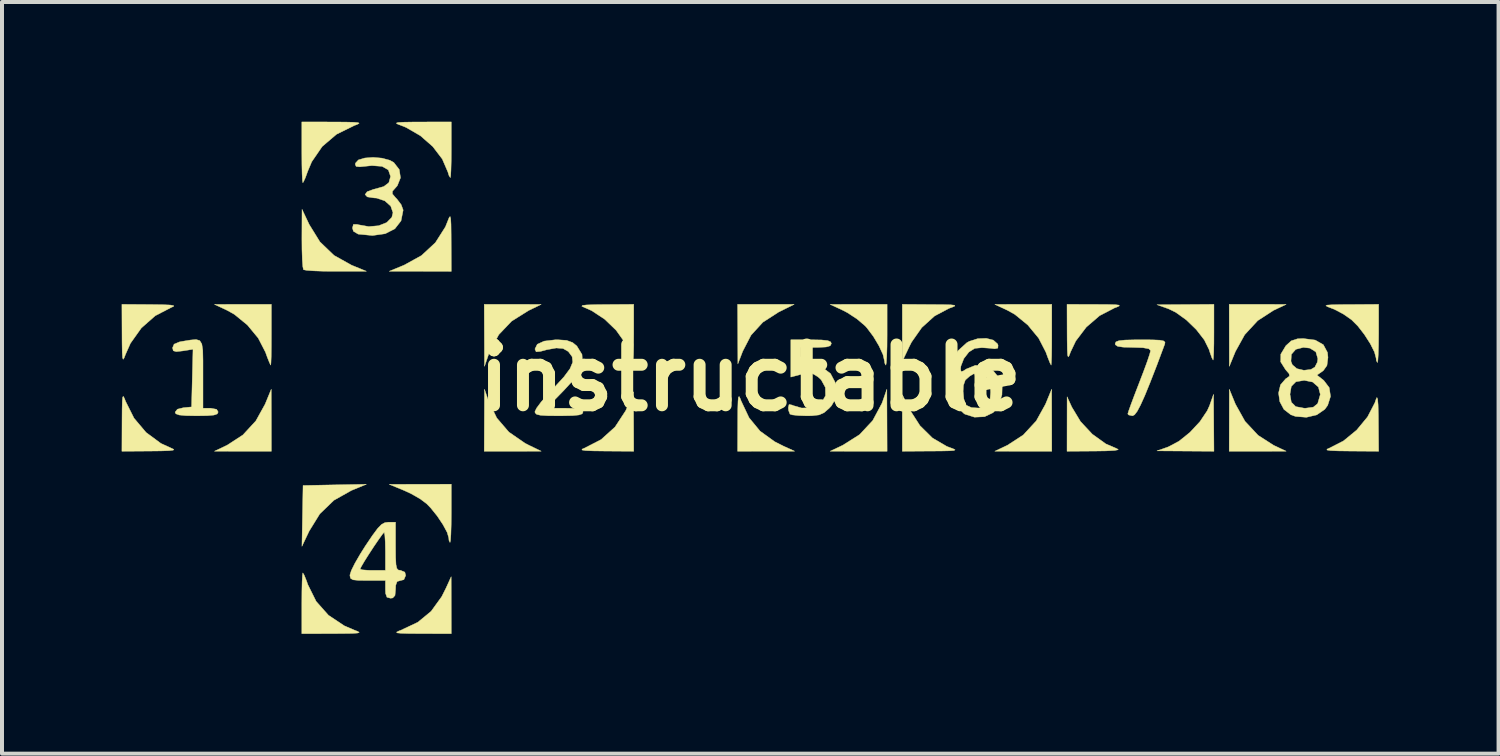
<source format=kicad_pcb>
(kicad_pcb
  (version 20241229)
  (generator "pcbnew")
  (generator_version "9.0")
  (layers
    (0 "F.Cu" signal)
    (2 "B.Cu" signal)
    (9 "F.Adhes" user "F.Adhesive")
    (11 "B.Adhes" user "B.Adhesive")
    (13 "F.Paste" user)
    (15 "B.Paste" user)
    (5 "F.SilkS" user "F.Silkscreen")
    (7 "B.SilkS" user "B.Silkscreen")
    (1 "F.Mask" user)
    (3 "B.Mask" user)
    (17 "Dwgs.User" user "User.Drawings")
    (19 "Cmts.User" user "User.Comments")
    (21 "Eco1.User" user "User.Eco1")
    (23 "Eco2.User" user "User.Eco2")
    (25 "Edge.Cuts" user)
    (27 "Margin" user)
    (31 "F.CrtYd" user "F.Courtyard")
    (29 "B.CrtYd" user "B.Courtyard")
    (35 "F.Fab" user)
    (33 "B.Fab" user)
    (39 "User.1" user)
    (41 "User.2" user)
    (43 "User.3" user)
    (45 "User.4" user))
  (footprint "instructable"
    (layer "F.Cu")
    (at 15.753 6.418)
    (property "Reference" "instructable" (at 0 0 0) (layer "F.SilkS") (effects (font (size 1.524 1.524) (thickness 0.3))))
    (attr through_hole)
    (fp_poly (pts (xy 13.43 -1.84) (xy 13.113 -1.69) (xy 12.717 -1.433) (xy 12.391 -1.08) (xy 12.159 -0.661) (xy 12.005 -0.286) (xy 12.002 -1.841) (xy 13.43 -1.84)) (stroke (width 0.01) (type solid)) (fill yes) (layer "F.SilkS"))
    (fp_poly (pts (xy -9.996 2.823) (xy -10.434 3.069) (xy -10.788 3.41) (xy -11.055 3.842) (xy -11.236 4.223) (xy -11.208 2.699) (xy -10.414 2.683) (xy -9.62 2.668) (xy -9.996 2.823)) (stroke (width 0.01) (type solid)) (fill yes) (layer "F.SilkS"))
    (fp_poly (pts (xy -5.239 -1.84) (xy -5.556 -1.686) (xy -5.98 -1.42) (xy -6.302 -1.082) (xy -6.529 -0.663) (xy -6.563 -0.572) (xy -6.661 -0.286) (xy -6.668 -1.841) (xy -5.239 -1.84)) (stroke (width 0.01) (type solid)) (fill yes) (layer "F.SilkS"))
    (fp_poly (pts (xy 0.71 -1.647) (xy 0.315 -1.392) (xy 0.019 -1.068) (xy -0.189 -0.667) (xy -0.311 -0.349) (xy -0.314 -1.095) (xy -0.318 -1.841) (xy 1.1 -1.841) (xy 0.71 -1.647)) (stroke (width 0.01) (type solid)) (fill yes) (layer "F.SilkS"))
    (fp_poly (pts (xy 12.159 0.661) (xy 12.398 1.09) (xy 12.726 1.441) (xy 13.113 1.69) (xy 13.43 1.84) (xy 12.716 1.841) (xy 12.002 1.841) (xy 12.005 0.286) (xy 12.159 0.661)) (stroke (width 0.01) (type solid)) (fill yes) (layer "F.SilkS"))
    (fp_poly (pts (xy -12.003 1.064) (xy -12.002 1.841) (xy -12.716 1.841) (xy -13.43 1.84) (xy -13.113 1.69) (xy -12.717 1.433) (xy -12.391 1.08) (xy -12.159 0.661) (xy -12.005 0.286) (xy -12.003 1.064)) (stroke (width 0.01) (type solid)) (fill yes) (layer "F.SilkS"))
    (fp_poly (pts (xy -6.563 0.572) (xy -6.353 1.007) (xy -6.05 1.36) (xy -5.647 1.639) (xy -5.556 1.686) (xy -5.239 1.84) (xy -5.953 1.841) (xy -6.668 1.841) (xy -6.661 0.286) (xy -6.563 0.572)) (stroke (width 0.01) (type solid)) (fill yes) (layer "F.SilkS"))
    (fp_poly (pts (xy 7.555 1.064) (xy 7.556 1.841) (xy 6.842 1.841) (xy 6.128 1.84) (xy 6.445 1.69) (xy 6.841 1.433) (xy 7.167 1.08) (xy 7.399 0.661) (xy 7.553 0.286) (xy 7.555 1.064)) (stroke (width 0.01) (type solid)) (fill yes) (layer "F.SilkS"))
    (fp_poly (pts (xy 3.426 1.064) (xy 3.429 1.841) (xy 2.715 1.841) (xy 2 1.84) (xy 2.318 1.69) (xy 2.739 1.424) (xy 3.068 1.072) (xy 3.299 0.64) (xy 3.324 0.572) (xy 3.423 0.286) (xy 3.426 1.064)) (stroke (width 0.01) (type solid)) (fill yes) (layer "F.SilkS"))
    (fp_poly (pts (xy 11.615 1.127) (xy 11.62 1.841) (xy 10.906 1.836) (xy 10.192 1.831) (xy 10.476 1.731) (xy 10.742 1.59) (xy 11.018 1.368) (xy 11.268 1.1) (xy 11.453 0.824) (xy 11.51 0.697) (xy 11.61 0.413) (xy 11.615 1.127)) (stroke (width 0.01) (type solid)) (fill yes) (layer "F.SilkS"))
    (fp_poly (pts (xy 8.058 0.734) (xy 8.276 1.096) (xy 8.572 1.413) (xy 8.912 1.657) (xy 9.193 1.778) (xy 9.223 1.803) (xy 9.13 1.821) (xy 8.912 1.832) (xy 8.652 1.836) (xy 7.938 1.841) (xy 7.939 1.159) (xy 7.94 0.476) (xy 8.058 0.734)) (stroke (width 0.01) (type solid)) (fill yes) (layer "F.SilkS"))
    (fp_poly (pts (xy -7.493 6.413) (xy -8.239 6.411) (xy -8.551 6.409) (xy -8.75 6.403) (xy -8.85 6.393) (xy -8.865 6.374) (xy -8.809 6.346) (xy -8.756 6.326) (xy -8.332 6.126) (xy -7.998 5.851) (xy -7.733 5.484) (xy -7.625 5.269) (xy -7.496 4.985) (xy -7.493 6.413)) (stroke (width 0.01) (type solid)) (fill yes) (layer "F.SilkS"))
    (fp_poly (pts (xy -2.924 1.095) (xy -2.921 1.841) (xy -3.635 1.836) (xy -3.939 1.832) (xy -4.128 1.824) (xy -4.216 1.81) (xy -4.217 1.789) (xy -4.159 1.764) (xy -3.739 1.548) (xy -3.389 1.232) (xy -3.122 0.824) (xy -3.043 0.645) (xy -2.927 0.349) (xy -2.924 1.095)) (stroke (width 0.01) (type solid)) (fill yes) (layer "F.SilkS"))
    (fp_poly (pts (xy -0.25 0.525) (xy -0.23 0.579) (xy -0.03 1.002) (xy 0.245 1.336) (xy 0.612 1.601) (xy 0.827 1.71) (xy 1.111 1.839) (xy -0.318 1.841) (xy -0.315 1.095) (xy -0.313 0.783) (xy -0.307 0.584) (xy -0.297 0.484) (xy -0.278 0.469) (xy -0.25 0.525)) (stroke (width 0.01) (type solid)) (fill yes) (layer "F.SilkS"))
    (fp_poly (pts (xy 4.005 0.814) (xy 4.253 1.2) (xy 4.566 1.509) (xy 4.919 1.716) (xy 4.977 1.739) (xy 5.086 1.779) (xy 5.133 1.805) (xy 5.104 1.822) (xy 4.987 1.83) (xy 4.766 1.835) (xy 4.524 1.836) (xy 3.81 1.841) (xy 3.81 0.424) (xy 4.005 0.814)) (stroke (width 0.01) (type solid)) (fill yes) (layer "F.SilkS"))
    (fp_poly (pts (xy 4.524 -1.836) (xy 4.831 -1.834) (xy 5.025 -1.829) (xy 5.119 -1.818) (xy 5.128 -1.8) (xy 5.064 -1.77) (xy 4.977 -1.739) (xy 4.619 -1.549) (xy 4.298 -1.259) (xy 4.042 -0.895) (xy 3.992 -0.797) (xy 3.81 -0.413) (xy 3.81 -1.841) (xy 4.524 -1.836)) (stroke (width 0.01) (type solid)) (fill yes) (layer "F.SilkS"))
    (fp_poly (pts (xy -7.508 -3.988) (xy -7.5 -3.844) (xy -7.497 -3.593) (xy -7.496 -3.413) (xy -7.493 -2.667) (xy -8.271 -2.669) (xy -9.049 -2.67) (xy -8.675 -2.824) (xy -8.24 -3.064) (xy -7.891 -3.388) (xy -7.64 -3.783) (xy -7.581 -3.93) (xy -7.546 -4.017) (xy -7.523 -4.042) (xy -7.508 -3.988)) (stroke (width 0.01) (type solid)) (fill yes) (layer "F.SilkS"))
    (fp_poly (pts (xy -12.002 -1.079) (xy -12.003 -0.785) (xy -12.006 -0.544) (xy -12.012 -0.38) (xy -12.018 -0.318) (xy -12.018 -0.318) (xy -12.047 -0.372) (xy -12.103 -0.512) (xy -12.15 -0.642) (xy -12.332 -0.995) (xy -12.604 -1.324) (xy -12.93 -1.59) (xy -13.113 -1.692) (xy -13.43 -1.84) (xy -12.002 -1.841) (xy -12.002 -1.079)) (stroke (width 0.01) (type solid)) (fill yes) (layer "F.SilkS"))
    (fp_poly (pts (xy 7.556 -1.079) (xy 7.555 -0.785) (xy 7.552 -0.544) (xy 7.546 -0.38) (xy 7.54 -0.318) (xy 7.54 -0.318) (xy 7.511 -0.372) (xy 7.455 -0.512) (xy 7.408 -0.642) (xy 7.226 -0.995) (xy 6.954 -1.324) (xy 6.628 -1.59) (xy 6.445 -1.692) (xy 6.128 -1.84) (xy 7.556 -1.841) (xy 7.556 -1.079)) (stroke (width 0.01) (type solid)) (fill yes) (layer "F.SilkS"))
    (fp_poly (pts (xy 11.62 -1.143) (xy 11.619 -0.862) (xy 11.614 -0.635) (xy 11.606 -0.488) (xy 11.599 -0.445) (xy 11.569 -0.499) (xy 11.52 -0.636) (xy 11.498 -0.708) (xy 11.379 -0.949) (xy 11.178 -1.208) (xy 10.928 -1.45) (xy 10.662 -1.641) (xy 10.476 -1.731) (xy 10.192 -1.831) (xy 11.62 -1.841) (xy 11.62 -1.143)) (stroke (width 0.01) (type solid)) (fill yes) (layer "F.SilkS"))
    (fp_poly (pts (xy -11.054 -3.842) (xy -10.785 -3.407) (xy -10.432 -3.068) (xy -9.996 -2.824) (xy -9.62 -2.67) (xy -10.388 -2.669) (xy -10.688 -2.671) (xy -10.94 -2.68) (xy -11.119 -2.693) (xy -11.197 -2.709) (xy -11.197 -2.709) (xy -11.214 -2.786) (xy -11.227 -2.963) (xy -11.235 -3.213) (xy -11.237 -3.487) (xy -11.234 -4.223) (xy -11.054 -3.842)) (stroke (width 0.01) (type solid)) (fill yes) (layer "F.SilkS"))
    (fp_poly (pts (xy -15.682 0.522) (xy -15.656 0.59) (xy -15.445 1.011) (xy -15.142 1.37) (xy -14.771 1.644) (xy -14.51 1.764) (xy -14.447 1.793) (xy -14.461 1.813) (xy -14.565 1.826) (xy -14.772 1.833) (xy -15.034 1.836) (xy -15.748 1.841) (xy -15.745 1.095) (xy -15.743 0.783) (xy -15.738 0.583) (xy -15.728 0.482) (xy -15.71 0.466) (xy -15.682 0.522)) (stroke (width 0.01) (type solid)) (fill yes) (layer "F.SilkS"))
    (fp_poly (pts (xy -15.034 -1.836) (xy -14.73 -1.832) (xy -14.541 -1.824) (xy -14.453 -1.81) (xy -14.452 -1.789) (xy -14.51 -1.764) (xy -14.912 -1.555) (xy -15.261 -1.248) (xy -15.534 -0.864) (xy -15.656 -0.59) (xy -15.693 -0.496) (xy -15.717 -0.463) (xy -15.732 -0.506) (xy -15.74 -0.639) (xy -15.744 -0.875) (xy -15.745 -1.095) (xy -15.748 -1.841) (xy -15.034 -1.836)) (stroke (width 0.01) (type solid)) (fill yes) (layer "F.SilkS"))
    (fp_poly (pts (xy -7.493 3.397) (xy -7.496 3.685) (xy -7.503 3.919) (xy -7.513 4.075) (xy -7.525 4.128) (xy -7.551 4.075) (xy -7.556 4.013) (xy -7.596 3.876) (xy -7.7 3.682) (xy -7.844 3.466) (xy -8.008 3.262) (xy -8.111 3.156) (xy -8.276 3.033) (xy -8.503 2.903) (xy -8.675 2.824) (xy -9.049 2.67) (xy -7.493 2.667) (xy -7.493 3.397)) (stroke (width 0.01) (type solid)) (fill yes) (layer "F.SilkS"))
    (fp_poly (pts (xy 15.722 0.533) (xy 15.734 0.677) (xy 15.741 0.936) (xy 15.742 1.095) (xy 15.748 1.841) (xy 15.034 1.836) (xy 14.73 1.832) (xy 14.541 1.824) (xy 14.453 1.81) (xy 14.453 1.789) (xy 14.51 1.764) (xy 14.867 1.581) (xy 15.198 1.309) (xy 15.47 0.979) (xy 15.654 0.624) (xy 15.679 0.548) (xy 15.704 0.493) (xy 15.722 0.533)) (stroke (width 0.01) (type solid)) (fill yes) (layer "F.SilkS"))
    (fp_poly (pts (xy -2.921 -1.111) (xy -2.923 -0.824) (xy -2.929 -0.59) (xy -2.938 -0.434) (xy -2.948 -0.381) (xy -2.979 -0.435) (xy -3.015 -0.565) (xy -3.139 -0.878) (xy -3.36 -1.189) (xy -3.648 -1.467) (xy -3.976 -1.683) (xy -4.159 -1.764) (xy -4.222 -1.793) (xy -4.208 -1.813) (xy -4.104 -1.826) (xy -3.897 -1.833) (xy -3.635 -1.836) (xy -2.921 -1.841) (xy -2.921 -1.111)) (stroke (width 0.01) (type solid)) (fill yes) (layer "F.SilkS"))
    (fp_poly (pts (xy 3.429 -1.079) (xy 3.427 -0.785) (xy 3.42 -0.544) (xy 3.41 -0.38) (xy 3.398 -0.318) (xy 3.397 -0.318) (xy 3.369 -0.369) (xy 3.365 -0.413) (xy 3.327 -0.579) (xy 3.226 -0.799) (xy 3.085 -1.036) (xy 2.926 -1.248) (xy 2.874 -1.305) (xy 2.675 -1.474) (xy 2.432 -1.633) (xy 2.323 -1.69) (xy 2 -1.84) (xy 3.429 -1.841) (xy 3.429 -1.079)) (stroke (width 0.01) (type solid)) (fill yes) (layer "F.SilkS"))
    (fp_poly (pts (xy 8.652 -1.839) (xy 8.956 -1.837) (xy 9.148 -1.832) (xy 9.241 -1.821) (xy 9.249 -1.802) (xy 9.186 -1.772) (xy 9.128 -1.751) (xy 8.756 -1.558) (xy 8.421 -1.27) (xy 8.157 -0.922) (xy 8.028 -0.651) (xy 7.992 -0.556) (xy 7.967 -0.524) (xy 7.952 -0.57) (xy 7.945 -0.707) (xy 7.941 -0.949) (xy 7.94 -1.127) (xy 7.938 -1.841) (xy 8.652 -1.839)) (stroke (width 0.01) (type solid)) (fill yes) (layer "F.SilkS"))
    (fp_poly (pts (xy -7.493 -5.715) (xy -7.495 -5.434) (xy -7.501 -5.207) (xy -7.509 -5.06) (xy -7.518 -5.016) (xy -7.551 -5.069) (xy -7.579 -5.159) (xy -7.719 -5.483) (xy -7.957 -5.795) (xy -8.268 -6.067) (xy -8.625 -6.274) (xy -8.744 -6.322) (xy -8.839 -6.358) (xy -8.872 -6.383) (xy -8.828 -6.398) (xy -8.696 -6.406) (xy -8.459 -6.41) (xy -8.239 -6.411) (xy -7.493 -6.413) (xy -7.493 -5.715)) (stroke (width 0.01) (type solid)) (fill yes) (layer "F.SilkS"))
    (fp_poly (pts (xy -11.18 4.944) (xy -11.124 5.082) (xy -11.088 5.184) (xy -10.88 5.603) (xy -10.571 5.951) (xy -10.171 6.217) (xy -9.925 6.322) (xy -9.832 6.358) (xy -9.8 6.382) (xy -9.843 6.397) (xy -9.975 6.406) (xy -10.209 6.409) (xy -10.462 6.411) (xy -11.239 6.413) (xy -11.239 5.652) (xy -11.237 5.357) (xy -11.232 5.116) (xy -11.224 4.952) (xy -11.214 4.89) (xy -11.214 4.889) (xy -11.18 4.944)) (stroke (width 0.01) (type solid)) (fill yes) (layer "F.SilkS"))
    (fp_poly (pts (xy -10.462 -6.411) (xy -10.141 -6.409) (xy -9.933 -6.404) (xy -9.825 -6.394) (xy -9.802 -6.377) (xy -9.85 -6.35) (xy -9.925 -6.322) (xy -10.369 -6.103) (xy -10.728 -5.797) (xy -10.99 -5.415) (xy -11.088 -5.184) (xy -11.15 -5.014) (xy -11.199 -4.908) (xy -11.214 -4.889) (xy -11.224 -4.949) (xy -11.232 -5.111) (xy -11.237 -5.351) (xy -11.239 -5.644) (xy -11.239 -5.652) (xy -11.239 -6.413) (xy -10.462 -6.411)) (stroke (width 0.01) (type solid)) (fill yes) (layer "F.SilkS"))
    (fp_poly (pts (xy 15.748 -1.111) (xy 15.745 -0.824) (xy 15.738 -0.59) (xy 15.728 -0.434) (xy 15.716 -0.381) (xy 15.689 -0.434) (xy 15.684 -0.492) (xy 15.643 -0.646) (xy 15.538 -0.855) (xy 15.391 -1.084) (xy 15.226 -1.297) (xy 15.07 -1.453) (xy 14.864 -1.597) (xy 14.638 -1.716) (xy 14.576 -1.74) (xy 14.47 -1.78) (xy 14.426 -1.806) (xy 14.458 -1.822) (xy 14.579 -1.83) (xy 14.803 -1.835) (xy 15.034 -1.836) (xy 15.748 -1.841) (xy 15.748 -1.111)) (stroke (width 0.01) (type solid)) (fill yes) (layer "F.SilkS"))
    (fp_poly (pts (xy -13.797 -0.932) (xy -13.745 -0.847) (xy -13.721 -0.687) (xy -13.716 -0.435) (xy -13.716 -0.095) (xy -13.716 0.762) (xy -13.525 0.762) (xy -13.374 0.79) (xy -13.335 0.857) (xy -13.358 0.905) (xy -13.442 0.934) (xy -13.609 0.949) (xy -13.875 0.953) (xy -14.147 0.948) (xy -14.314 0.932) (xy -14.396 0.902) (xy -14.415 0.861) (xy -14.356 0.787) (xy -14.208 0.75) (xy -14.002 0.73) (xy -13.984 0.007) (xy -13.966 -0.715) (xy -14.222 -0.674) (xy -14.386 -0.656) (xy -14.46 -0.677) (xy -14.478 -0.749) (xy -14.478 -0.753) (xy -14.44 -0.843) (xy -14.31 -0.898) (xy -14.24 -0.912) (xy -14.033 -0.946) (xy -13.889 -0.959) (xy -13.797 -0.932)) (stroke (width 0.01) (type solid)) (fill yes) (layer "F.SilkS"))
    (fp_poly (pts (xy 10.076 -0.951) (xy 10.26 -0.943) (xy 10.359 -0.924) (xy 10.394 -0.892) (xy 10.387 -0.842) (xy 10.386 -0.841) (xy 10.185 -0.304) (xy 10.019 0.122) (xy 9.886 0.449) (xy 9.779 0.685) (xy 9.696 0.841) (xy 9.63 0.927) (xy 9.579 0.953) (xy 9.481 0.931) (xy 9.461 0.904) (xy 9.483 0.83) (xy 9.543 0.662) (xy 9.632 0.425) (xy 9.741 0.143) (xy 9.747 0.127) (xy 9.857 -0.16) (xy 9.948 -0.407) (xy 10.009 -0.59) (xy 10.033 -0.681) (xy 10.033 -0.682) (xy 9.987 -0.728) (xy 9.84 -0.754) (xy 9.588 -0.762) (xy 9.347 -0.768) (xy 9.209 -0.788) (xy 9.15 -0.827) (xy 9.144 -0.857) (xy 9.165 -0.901) (xy 9.241 -0.93) (xy 9.394 -0.946) (xy 9.644 -0.952) (xy 9.786 -0.953) (xy 10.076 -0.951)) (stroke (width 0.01) (type solid)) (fill yes) (layer "F.SilkS"))
    (fp_poly (pts (xy -4.603 -0.938) (xy -4.452 -0.883) (xy -4.347 -0.797) (xy -4.217 -0.585) (xy -4.203 -0.341) (xy -4.262 -0.17) (xy -4.338 -0.062) (xy -4.478 0.104) (xy -4.657 0.299) (xy -4.72 0.365) (xy -5.108 0.762) (xy -4.65 0.762) (xy -4.404 0.767) (xy -4.261 0.786) (xy -4.199 0.824) (xy -4.191 0.857) (xy -4.213 0.903) (xy -4.292 0.931) (xy -4.449 0.947) (xy -4.707 0.952) (xy -4.794 0.953) (xy -5.078 0.95) (xy -5.257 0.939) (xy -5.354 0.916) (xy -5.393 0.877) (xy -5.397 0.846) (xy -5.355 0.759) (xy -5.241 0.606) (xy -5.073 0.412) (xy -4.921 0.25) (xy -4.672 -0.02) (xy -4.517 -0.229) (xy -4.449 -0.393) (xy -4.464 -0.528) (xy -4.553 -0.649) (xy -4.571 -0.665) (xy -4.692 -0.734) (xy -4.862 -0.747) (xy -5.105 -0.703) (xy -5.255 -0.662) (xy -5.367 -0.652) (xy -5.397 -0.721) (xy -5.338 -0.841) (xy -5.166 -0.919) (xy -4.89 -0.952) (xy -4.827 -0.953) (xy -4.603 -0.938)) (stroke (width 0.01) (type solid)) (fill yes) (layer "F.SilkS"))
    (fp_poly (pts (xy 1.785 -0.948) (xy 1.941 -0.932) (xy 2.016 -0.899) (xy 2.032 -0.857) (xy 2.003 -0.802) (xy 1.899 -0.772) (xy 1.697 -0.762) (xy 1.651 -0.762) (xy 1.27 -0.762) (xy 1.27 -0.54) (xy 1.277 -0.398) (xy 1.324 -0.335) (xy 1.446 -0.318) (xy 1.529 -0.318) (xy 1.802 -0.262) (xy 2.01 -0.107) (xy 2.134 0.127) (xy 2.159 0.318) (xy 2.132 0.534) (xy 2.032 0.704) (xy 1.973 0.767) (xy 1.849 0.874) (xy 1.723 0.93) (xy 1.544 0.951) (xy 1.412 0.953) (xy 1.204 0.946) (xy 1.051 0.929) (xy 0.995 0.91) (xy 0.959 0.817) (xy 0.953 0.749) (xy 0.972 0.668) (xy 1.051 0.684) (xy 1.075 0.696) (xy 1.29 0.758) (xy 1.527 0.749) (xy 1.728 0.674) (xy 1.782 0.631) (xy 1.885 0.449) (xy 1.882 0.242) (xy 1.777 0.05) (xy 1.698 -0.023) (xy 1.564 -0.104) (xy 1.434 -0.119) (xy 1.269 -0.085) (xy 1.016 -0.018) (xy 1.016 -0.953) (xy 1.524 -0.953) (xy 1.785 -0.948)) (stroke (width 0.01) (type solid)) (fill yes) (layer "F.SilkS"))
    (fp_poly (pts (xy -9.231 -5.505) (xy -9.035 -5.452) (xy -8.934 -5.396) (xy -8.797 -5.219) (xy -8.766 -5.012) (xy -8.846 -4.813) (xy -8.889 -4.764) (xy -8.968 -4.675) (xy -8.969 -4.608) (xy -8.888 -4.512) (xy -8.857 -4.481) (xy -8.749 -4.339) (xy -8.7 -4.206) (xy -8.7 -4.198) (xy -8.753 -3.933) (xy -8.907 -3.735) (xy -9.149 -3.611) (xy -9.468 -3.566) (xy -9.827 -3.601) (xy -9.946 -3.672) (xy -9.97 -3.755) (xy -9.946 -3.845) (xy -9.855 -3.845) (xy -9.829 -3.837) (xy -9.562 -3.79) (xy -9.314 -3.811) (xy -9.112 -3.891) (xy -8.984 -4.02) (xy -8.954 -4.137) (xy -9.011 -4.303) (xy -9.159 -4.435) (xy -9.363 -4.504) (xy -9.43 -4.508) (xy -9.598 -4.534) (xy -9.654 -4.593) (xy -9.601 -4.664) (xy -9.439 -4.724) (xy -9.414 -4.729) (xy -9.184 -4.794) (xy -9.058 -4.891) (xy -9.017 -5.037) (xy -9.017 -5.054) (xy -9.071 -5.21) (xy -9.228 -5.299) (xy -9.482 -5.318) (xy -9.603 -5.306) (xy -9.788 -5.287) (xy -9.877 -5.297) (xy -9.899 -5.344) (xy -9.895 -5.379) (xy -9.821 -5.46) (xy -9.661 -5.508) (xy -9.452 -5.524) (xy -9.231 -5.505)) (stroke (width 0.01) (type solid)) (fill yes) (layer "F.SilkS"))
    (fp_poly (pts (xy -8.89 4.223) (xy -8.888 4.503) (xy -8.879 4.68) (xy -8.858 4.777) (xy -8.82 4.818) (xy -8.763 4.826) (xy -8.657 4.871) (xy -8.636 4.953) (xy -8.681 5.059) (xy -8.763 5.08) (xy -8.851 5.105) (xy -8.886 5.202) (xy -8.89 5.302) (xy -8.904 5.455) (xy -8.96 5.517) (xy -9.017 5.524) (xy -9.105 5.5) (xy -9.14 5.403) (xy -9.144 5.302) (xy -9.144 5.08) (xy -9.588 5.08) (xy -9.821 5.077) (xy -9.955 5.063) (xy -10.016 5.028) (xy -10.033 4.964) (xy -10.033 4.94) (xy -9.999 4.832) (xy -9.981 4.795) (xy -9.779 4.795) (xy -9.722 4.813) (xy -9.576 4.824) (xy -9.461 4.826) (xy -9.144 4.826) (xy -9.144 4.35) (xy -9.148 4.122) (xy -9.158 3.954) (xy -9.173 3.876) (xy -9.176 3.873) (xy -9.221 3.923) (xy -9.312 4.05) (xy -9.431 4.224) (xy -9.557 4.417) (xy -9.67 4.596) (xy -9.75 4.733) (xy -9.779 4.795) (xy -9.981 4.795) (xy -9.908 4.648) (xy -9.773 4.415) (xy -9.644 4.21) (xy -9.467 3.948) (xy -9.339 3.776) (xy -9.242 3.676) (xy -9.157 3.63) (xy -9.072 3.619) (xy -8.89 3.619) (xy -8.89 4.223)) (stroke (width 0.01) (type solid)) (fill yes) (layer "F.SilkS"))
    (fp_poly (pts (xy 6.092 -0.943) (xy 6.199 -0.848) (xy 6.21 -0.813) (xy 6.204 -0.744) (xy 6.127 -0.727) (xy 6.008 -0.741) (xy 5.806 -0.755) (xy 5.627 -0.738) (xy 5.624 -0.737) (xy 5.48 -0.647) (xy 5.352 -0.482) (xy 5.278 -0.292) (xy 5.271 -0.222) (xy 5.282 -0.156) (xy 5.338 -0.17) (xy 5.412 -0.219) (xy 5.64 -0.312) (xy 5.874 -0.295) (xy 6.084 -0.182) (xy 6.243 0.014) (xy 6.313 0.21) (xy 6.307 0.427) (xy 6.231 0.662) (xy 6.107 0.851) (xy 6.08 0.876) (xy 5.871 0.975) (xy 5.62 0.987) (xy 5.381 0.912) (xy 5.358 0.898) (xy 5.178 0.728) (xy 5.067 0.479) (xy 5.047 0.338) (xy 5.334 0.338) (xy 5.351 0.525) (xy 5.393 0.661) (xy 5.41 0.686) (xy 5.542 0.746) (xy 5.723 0.758) (xy 5.891 0.722) (xy 5.965 0.671) (xy 6.008 0.554) (xy 6.023 0.372) (xy 6.021 0.308) (xy 5.989 0.114) (xy 5.913 -0.003) (xy 5.833 -0.058) (xy 5.701 -0.115) (xy 5.593 -0.097) (xy 5.5 -0.042) (xy 5.389 0.056) (xy 5.342 0.189) (xy 5.334 0.338) (xy 5.047 0.338) (xy 5.019 0.135) (xy 5.016 0.005) (xy 5.062 -0.377) (xy 5.198 -0.671) (xy 5.427 -0.879) (xy 5.49 -0.914) (xy 5.701 -0.981) (xy 5.914 -0.989) (xy 6.092 -0.943)) (stroke (width 0.01) (type solid)) (fill yes) (layer "F.SilkS"))
    (fp_poly (pts (xy 14.158 -0.945) (xy 14.362 -0.829) (xy 14.465 -0.636) (xy 14.478 -0.51) (xy 14.452 -0.308) (xy 14.363 -0.182) (xy 14.34 -0.164) (xy 14.202 -0.068) (xy 14.372 0.066) (xy 14.509 0.246) (xy 14.542 0.466) (xy 14.47 0.691) (xy 14.399 0.789) (xy 14.198 0.928) (xy 13.938 0.99) (xy 13.665 0.968) (xy 13.548 0.927) (xy 13.374 0.792) (xy 13.27 0.597) (xy 13.244 0.413) (xy 13.525 0.413) (xy 13.559 0.611) (xy 13.67 0.722) (xy 13.877 0.761) (xy 13.917 0.762) (xy 14.11 0.736) (xy 14.216 0.65) (xy 14.222 0.639) (xy 14.286 0.417) (xy 14.238 0.232) (xy 14.093 0.106) (xy 13.883 0.064) (xy 13.674 0.099) (xy 13.559 0.215) (xy 13.525 0.413) (xy 13.244 0.413) (xy 13.24 0.38) (xy 13.288 0.176) (xy 13.419 0.024) (xy 13.442 0.01) (xy 13.513 -0.042) (xy 13.504 -0.101) (xy 13.414 -0.206) (xy 13.293 -0.398) (xy 13.293 -0.414) (xy 13.55 -0.414) (xy 13.585 -0.326) (xy 13.699 -0.229) (xy 13.874 -0.188) (xy 14.05 -0.209) (xy 14.148 -0.267) (xy 14.211 -0.39) (xy 14.224 -0.476) (xy 14.174 -0.649) (xy 14.025 -0.743) (xy 13.861 -0.762) (xy 13.671 -0.713) (xy 13.561 -0.588) (xy 13.55 -0.414) (xy 13.293 -0.414) (xy 13.296 -0.593) (xy 13.422 -0.803) (xy 13.425 -0.806) (xy 13.557 -0.926) (xy 13.713 -0.977) (xy 13.856 -0.984) (xy 14.158 -0.945)) (stroke (width 0.01) (type solid)) (fill yes) (layer "F.SilkS")))
  (gr_rect
    (start -3 -3)
    (end 34.506 15.837)
    (stroke (width 0.1) (type default))
    (fill no)
    (layer "Edge.Cuts")))
</source>
